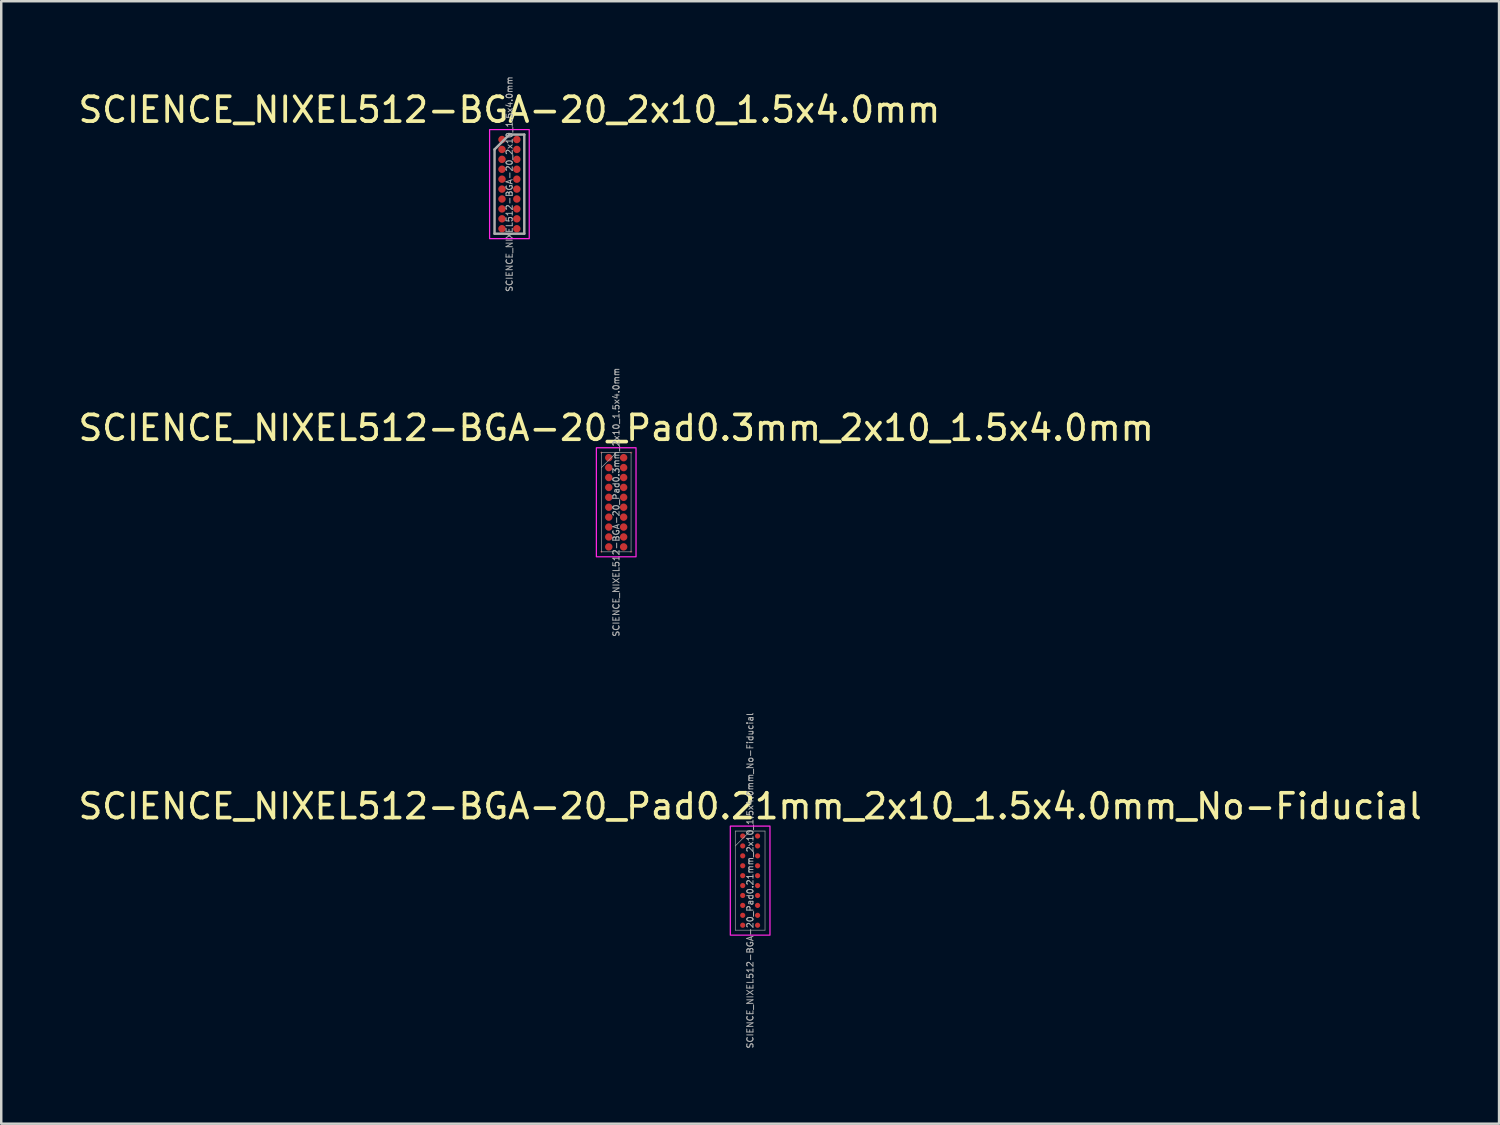
<source format=kicad_pcb>
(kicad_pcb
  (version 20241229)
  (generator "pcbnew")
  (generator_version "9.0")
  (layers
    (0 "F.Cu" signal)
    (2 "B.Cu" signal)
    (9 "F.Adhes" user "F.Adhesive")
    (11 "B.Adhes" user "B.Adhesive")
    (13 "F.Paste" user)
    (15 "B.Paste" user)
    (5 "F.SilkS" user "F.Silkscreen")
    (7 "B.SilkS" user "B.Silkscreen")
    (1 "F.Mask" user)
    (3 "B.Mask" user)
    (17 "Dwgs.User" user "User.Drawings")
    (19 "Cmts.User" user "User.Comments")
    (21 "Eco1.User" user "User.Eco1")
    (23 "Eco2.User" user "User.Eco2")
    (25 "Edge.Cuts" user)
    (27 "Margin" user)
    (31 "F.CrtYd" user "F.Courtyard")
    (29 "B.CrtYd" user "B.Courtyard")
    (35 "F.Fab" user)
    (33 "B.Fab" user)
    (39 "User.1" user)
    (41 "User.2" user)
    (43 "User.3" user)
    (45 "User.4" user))
  (footprint "SCIENCE_NIXEL512-BGA-20_Pad0.21mm_2x10_1.5x4.0mm_No-Fiducial"
    (layer "F.Cu")
    (at 27.22 32.485)
    (property "Reference" "SCIENCE_NIXEL512-BGA-20_Pad0.21mm_2x10_1.5x4.0mm_No-Fiducial" (at 0 -3 0) (layer "F.SilkS") (effects (font (size 1 1) (thickness 0.15))))
    (attr smd)
    (fp_rect (start -0.8 -2.2) (end 0.8 2.2) (stroke (width 0.05) (type default)) (fill no) (layer "F.CrtYd"))
    (fp_line (start -0.6 -2) (end -0.6 2) (stroke (width 0.025) (type default)) (layer "F.Fab"))
    (fp_line (start -0.6 2) (end 0.6 2) (stroke (width 0.025) (type default)) (layer "F.Fab"))
    (fp_line (start 0 -2) (end -0.6 -1.4) (stroke (width 0.025) (type default)) (layer "F.Fab"))
    (fp_line (start 0.6 -2) (end -0.6 -2) (stroke (width 0.025) (type default)) (layer "F.Fab"))
    (fp_line (start 0.6 2) (end 0.6 -2) (stroke (width 0.025) (type default)) (layer "F.Fab"))
    (fp_text user "${REFERENCE}" (at 0 0 90) (layer "F.Fab") (effects (font (size 0.25 0.25) (thickness 0.04))))
    (pad "1" smd circle (at -0.3 -1.8) (size 0.21 0.21) (layers "F.Cu" "F.Mask" "F.Paste"))
    (pad "2" smd circle (at 0.3 -1.8) (size 0.21 0.21) (layers "F.Cu" "F.Mask" "F.Paste"))
    (pad "3" smd circle (at -0.3 -1.4) (size 0.21 0.21) (layers "F.Cu" "F.Mask" "F.Paste"))
    (pad "4" smd circle (at 0.3 -1.4) (size 0.21 0.21) (layers "F.Cu" "F.Mask" "F.Paste"))
    (pad "5" smd circle (at -0.3 -1) (size 0.21 0.21) (layers "F.Cu" "F.Mask" "F.Paste"))
    (pad "6" smd circle (at 0.3 -1) (size 0.21 0.21) (layers "F.Cu" "F.Mask" "F.Paste"))
    (pad "7" smd circle (at -0.3 -0.6) (size 0.21 0.21) (layers "F.Cu" "F.Mask" "F.Paste"))
    (pad "8" smd circle (at 0.3 -0.6) (size 0.21 0.21) (layers "F.Cu" "F.Mask" "F.Paste"))
    (pad "9" smd circle (at -0.3 -0.2) (size 0.21 0.21) (layers "F.Cu" "F.Mask" "F.Paste"))
    (pad "10" smd circle (at 0.3 -0.2) (size 0.21 0.21) (layers "F.Cu" "F.Mask" "F.Paste"))
    (pad "11" smd circle (at -0.3 0.2) (size 0.21 0.21) (layers "F.Cu" "F.Mask" "F.Paste"))
    (pad "12" smd circle (at 0.3 0.2) (size 0.21 0.21) (layers "F.Cu" "F.Mask" "F.Paste"))
    (pad "13" smd circle (at -0.3 0.6) (size 0.21 0.21) (layers "F.Cu" "F.Mask" "F.Paste"))
    (pad "14" smd circle (at 0.3 0.6) (size 0.21 0.21) (layers "F.Cu" "F.Mask" "F.Paste"))
    (pad "15" smd circle (at -0.3 1) (size 0.21 0.21) (layers "F.Cu" "F.Mask" "F.Paste"))
    (pad "16" smd circle (at 0.3 1) (size 0.21 0.21) (layers "F.Cu" "F.Mask" "F.Paste"))
    (pad "17" smd circle (at -0.3 1.4) (size 0.21 0.21) (layers "F.Cu" "F.Mask" "F.Paste"))
    (pad "18" smd circle (at 0.3 1.4) (size 0.21 0.21) (layers "F.Cu" "F.Mask" "F.Paste"))
    (pad "19" smd circle (at -0.3 1.8) (size 0.21 0.21) (layers "F.Cu" "F.Mask" "F.Paste"))
    (pad "20" smd circle (at 0.3 1.8) (size 0.21 0.21) (layers "F.Cu" "F.Mask" "F.Paste")))
  (footprint "SCIENCE_NIXEL512-BGA-20_Pad0.3mm_2x10_1.5x4.0mm"
    (layer "F.Cu")
    (at 21.815 17.218)
    (property "Reference" "SCIENCE_NIXEL512-BGA-20_Pad0.3mm_2x10_1.5x4.0mm" (at 0 -3 0) (layer "F.SilkS") (effects (font (size 1 1) (thickness 0.15))))
    (attr smd)
    (fp_rect (start -0.65 -2.01) (end -0.55 -1.99) (stroke (width 0) (type solid)) (fill yes) (layer "F.Cu"))
    (fp_rect (start -0.65 1.99) (end -0.55 2.01) (stroke (width 0) (type solid)) (fill yes) (layer "F.Cu"))
    (fp_rect (start -0.61 -2.05) (end -0.59 -1.95) (stroke (width 0) (type solid)) (fill yes) (layer "F.Cu"))
    (fp_rect (start -0.61 1.95) (end -0.59 2.05) (stroke (width 0) (type solid)) (fill yes) (layer "F.Cu"))
    (fp_rect (start 0.55 -2.01) (end 0.65 -1.99) (stroke (width 0) (type solid)) (fill yes) (layer "F.Cu"))
    (fp_rect (start 0.55 1.99) (end 0.65 2.01) (stroke (width 0) (type solid)) (fill yes) (layer "F.Cu"))
    (fp_rect (start 0.59 -2.05) (end 0.61 -1.95) (stroke (width 0) (type solid)) (fill yes) (layer "F.Cu"))
    (fp_rect (start 0.59 1.95) (end 0.61 2.05) (stroke (width 0) (type solid)) (fill yes) (layer "F.Cu"))
    (fp_rect (start -0.8 -2.2) (end 0.8 2.2) (stroke (width 0.05) (type default)) (fill no) (layer "F.CrtYd"))
    (fp_line (start -0.6 -2) (end -0.6 2) (stroke (width 0.025) (type default)) (layer "F.Fab"))
    (fp_line (start -0.6 2) (end 0.6 2) (stroke (width 0.025) (type default)) (layer "F.Fab"))
    (fp_line (start 0 -2) (end -0.6 -1.4) (stroke (width 0.025) (type default)) (layer "F.Fab"))
    (fp_line (start 0.6 -2) (end -0.6 -2) (stroke (width 0.025) (type default)) (layer "F.Fab"))
    (fp_line (start 0.6 2) (end 0.6 -2) (stroke (width 0.025) (type default)) (layer "F.Fab"))
    (fp_text user "${REFERENCE}" (at 0 0 90) (layer "F.Fab") (effects (font (size 0.25 0.25) (thickness 0.04))))
    (pad "1" smd circle (at -0.3 -1.8) (size 0.3 0.3) (layers "F.Cu" "F.Mask" "F.Paste"))
    (pad "2" smd circle (at 0.3 -1.8) (size 0.3 0.3) (layers "F.Cu" "F.Mask" "F.Paste"))
    (pad "3" smd circle (at -0.3 -1.4) (size 0.3 0.3) (layers "F.Cu" "F.Mask" "F.Paste"))
    (pad "4" smd circle (at 0.3 -1.4) (size 0.3 0.3) (layers "F.Cu" "F.Mask" "F.Paste"))
    (pad "5" smd circle (at -0.3 -1) (size 0.3 0.3) (layers "F.Cu" "F.Mask" "F.Paste"))
    (pad "6" smd circle (at 0.3 -1) (size 0.3 0.3) (layers "F.Cu" "F.Mask" "F.Paste"))
    (pad "7" smd circle (at -0.3 -0.6) (size 0.3 0.3) (layers "F.Cu" "F.Mask" "F.Paste"))
    (pad "8" smd circle (at 0.3 -0.6) (size 0.3 0.3) (layers "F.Cu" "F.Mask" "F.Paste"))
    (pad "9" smd circle (at -0.3 -0.2) (size 0.3 0.3) (layers "F.Cu" "F.Mask" "F.Paste"))
    (pad "10" smd circle (at 0.3 -0.2) (size 0.3 0.3) (layers "F.Cu" "F.Mask" "F.Paste"))
    (pad "11" smd circle (at -0.3 0.2) (size 0.3 0.3) (layers "F.Cu" "F.Mask" "F.Paste"))
    (pad "12" smd circle (at 0.3 0.2) (size 0.3 0.3) (layers "F.Cu" "F.Mask" "F.Paste"))
    (pad "13" smd circle (at -0.3 0.6) (size 0.3 0.3) (layers "F.Cu" "F.Mask" "F.Paste"))
    (pad "14" smd circle (at 0.3 0.6) (size 0.3 0.3) (layers "F.Cu" "F.Mask" "F.Paste"))
    (pad "15" smd circle (at -0.3 1) (size 0.3 0.3) (layers "F.Cu" "F.Mask" "F.Paste"))
    (pad "16" smd circle (at 0.3 1) (size 0.3 0.3) (layers "F.Cu" "F.Mask" "F.Paste"))
    (pad "17" smd circle (at -0.3 1.4) (size 0.3 0.3) (layers "F.Cu" "F.Mask" "F.Paste"))
    (pad "18" smd circle (at 0.3 1.4) (size 0.3 0.3) (layers "F.Cu" "F.Mask" "F.Paste"))
    (pad "19" smd circle (at -0.3 1.8) (size 0.3 0.3) (layers "F.Cu" "F.Mask" "F.Paste"))
    (pad "20" smd circle (at 0.3 1.8) (size 0.3 0.3) (layers "F.Cu" "F.Mask" "F.Paste")))
  (footprint "SCIENCE_NIXEL512-BGA-20_2x10_1.5x4.0mm"
    (layer "F.Cu")
    (at 17.506 4.38)
    (property "Reference" "SCIENCE_NIXEL512-BGA-20_2x10_1.5x4.0mm" (at 0 -3 0) (layer "F.SilkS") (effects (font (size 1 1) (thickness 0.15))))
    (attr smd)
    (fp_rect (start -0.8 -2.2) (end 0.8 2.2) (stroke (width 0.05) (type default)) (fill no) (layer "F.CrtYd"))
    (fp_line (start -0.6 -1.4) (end -0.6 2) (stroke (width 0.1) (type default)) (layer "F.Fab"))
    (fp_line (start -0.6 2) (end 0.6 2) (stroke (width 0.1) (type default)) (layer "F.Fab"))
    (fp_line (start 0 -2) (end -0.6 -1.4) (stroke (width 0.1) (type default)) (layer "F.Fab"))
    (fp_line (start 0.6 -2) (end 0 -2) (stroke (width 0.1) (type default)) (layer "F.Fab"))
    (fp_line (start 0.6 2) (end 0.6 -2) (stroke (width 0.1) (type default)) (layer "F.Fab"))
    (fp_text user "${REFERENCE}" (at 0 0 90) (layer "F.Fab") (effects (font (size 0.25 0.25) (thickness 0.04))))
    (pad "1" smd circle (at -0.3 -1.8) (size 0.3 0.3) (layers "F.Cu" "F.Mask" "F.Paste"))
    (pad "2" smd circle (at 0.3 -1.8) (size 0.3 0.3) (layers "F.Cu" "F.Mask" "F.Paste"))
    (pad "3" smd circle (at -0.3 -1.4) (size 0.3 0.3) (layers "F.Cu" "F.Mask" "F.Paste"))
    (pad "4" smd circle (at 0.3 -1.4) (size 0.3 0.3) (layers "F.Cu" "F.Mask" "F.Paste"))
    (pad "5" smd circle (at -0.3 -1) (size 0.3 0.3) (layers "F.Cu" "F.Mask" "F.Paste"))
    (pad "6" smd circle (at 0.3 -1) (size 0.3 0.3) (layers "F.Cu" "F.Mask" "F.Paste"))
    (pad "7" smd circle (at -0.3 -0.6) (size 0.3 0.3) (layers "F.Cu" "F.Mask" "F.Paste"))
    (pad "8" smd circle (at 0.3 -0.6) (size 0.3 0.3) (layers "F.Cu" "F.Mask" "F.Paste"))
    (pad "9" smd circle (at -0.3 -0.2) (size 0.3 0.3) (layers "F.Cu" "F.Mask" "F.Paste"))
    (pad "10" smd circle (at 0.3 -0.2) (size 0.3 0.3) (layers "F.Cu" "F.Mask" "F.Paste"))
    (pad "11" smd circle (at -0.3 0.2) (size 0.3 0.3) (layers "F.Cu" "F.Mask" "F.Paste"))
    (pad "12" smd circle (at 0.3 0.2) (size 0.3 0.3) (layers "F.Cu" "F.Mask" "F.Paste"))
    (pad "13" smd circle (at -0.3 0.6) (size 0.3 0.3) (layers "F.Cu" "F.Mask" "F.Paste"))
    (pad "14" smd circle (at 0.3 0.6) (size 0.3 0.3) (layers "F.Cu" "F.Mask" "F.Paste"))
    (pad "15" smd circle (at -0.3 1) (size 0.3 0.3) (layers "F.Cu" "F.Mask" "F.Paste"))
    (pad "16" smd circle (at 0.3 1) (size 0.3 0.3) (layers "F.Cu" "F.Mask" "F.Paste"))
    (pad "17" smd circle (at -0.3 1.4) (size 0.3 0.3) (layers "F.Cu" "F.Mask" "F.Paste"))
    (pad "18" smd circle (at 0.3 1.4) (size 0.3 0.3) (layers "F.Cu" "F.Mask" "F.Paste"))
    (pad "19" smd circle (at -0.3 1.8) (size 0.3 0.3) (layers "F.Cu" "F.Mask" "F.Paste"))
    (pad "20" smd circle (at 0.3 1.8) (size 0.3 0.3) (layers "F.Cu" "F.Mask" "F.Paste")))
  (gr_rect
    (start -3 -3)
    (end 57.44 42.293)
    (stroke (width 0.1) (type default))
    (fill no)
    (layer "Edge.Cuts")))
</source>
